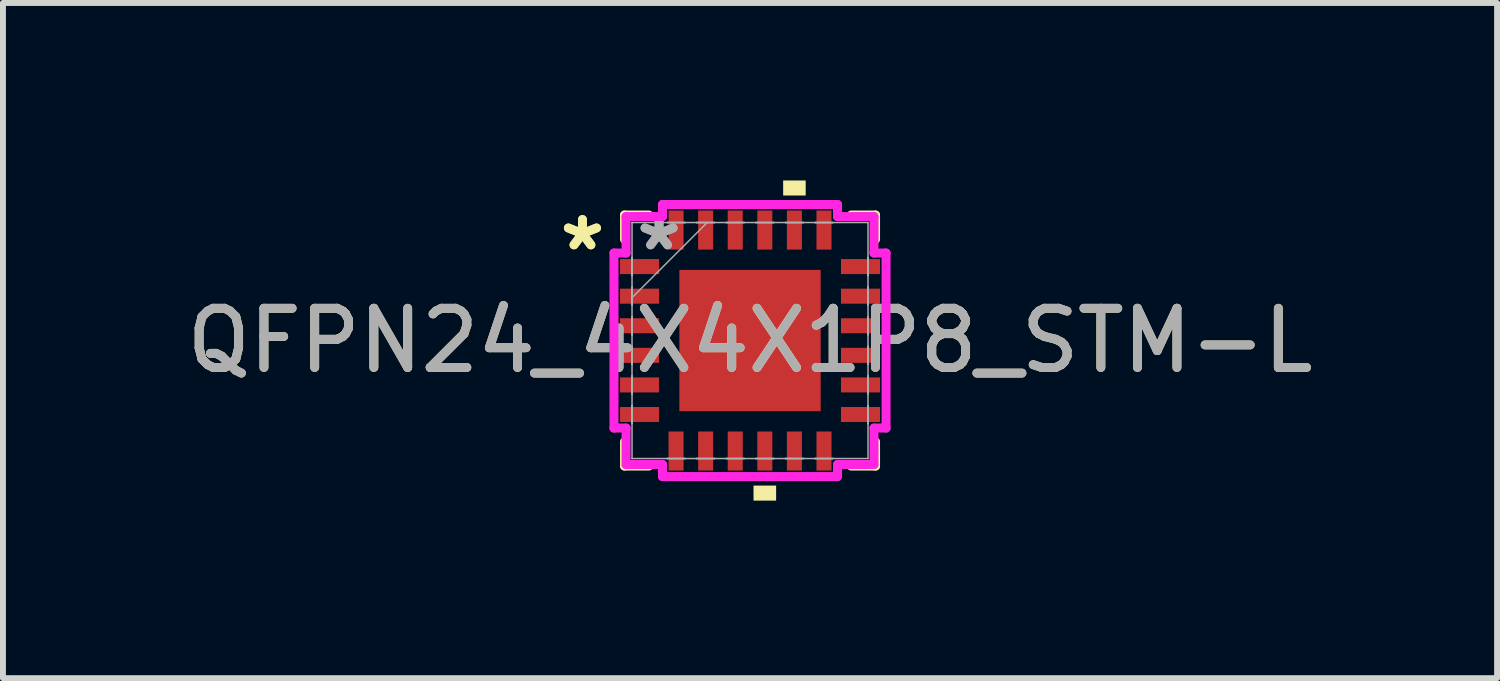
<source format=kicad_pcb>
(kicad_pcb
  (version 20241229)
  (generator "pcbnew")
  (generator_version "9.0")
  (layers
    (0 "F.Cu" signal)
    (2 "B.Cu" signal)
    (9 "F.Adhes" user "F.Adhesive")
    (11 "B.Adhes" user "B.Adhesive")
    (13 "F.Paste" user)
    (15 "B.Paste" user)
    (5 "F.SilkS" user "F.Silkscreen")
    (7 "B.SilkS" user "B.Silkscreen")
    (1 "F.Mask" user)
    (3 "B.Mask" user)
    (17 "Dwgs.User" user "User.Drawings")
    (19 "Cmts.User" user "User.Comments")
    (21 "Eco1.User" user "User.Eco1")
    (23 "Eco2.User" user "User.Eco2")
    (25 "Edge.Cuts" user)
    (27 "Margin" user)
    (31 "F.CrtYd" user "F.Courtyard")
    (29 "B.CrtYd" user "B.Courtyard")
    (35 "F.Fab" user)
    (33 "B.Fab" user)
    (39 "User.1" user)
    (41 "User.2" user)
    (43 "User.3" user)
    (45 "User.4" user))
  (footprint "QFPN24_4X4X1P8_STM-L"
    (layer "F.Cu")
    (at 9.625 2.705)
    (property "Reference" "QFPN24_4X4X1P8_STM-L" (at 0 0 0) (unlocked yes) (layer "F.SilkS") (effects (font (size 1 1) (thickness 0.15))))
    (attr smd)
    (fp_line (start -2.121 -2.121) (end -2.121 -1.71) (stroke (width 0.152) (type solid)) (layer "F.SilkS"))
    (fp_line (start -2.121 1.71) (end -2.121 2.121) (stroke (width 0.152) (type solid)) (layer "F.SilkS"))
    (fp_line (start -2.121 2.121) (end -1.71 2.121) (stroke (width 0.152) (type solid)) (layer "F.SilkS"))
    (fp_line (start -1.71 -2.121) (end -2.121 -2.121) (stroke (width 0.152) (type solid)) (layer "F.SilkS"))
    (fp_line (start 1.71 2.121) (end 2.121 2.121) (stroke (width 0.152) (type solid)) (layer "F.SilkS"))
    (fp_line (start 2.121 -2.121) (end 1.71 -2.121) (stroke (width 0.152) (type solid)) (layer "F.SilkS"))
    (fp_line (start 2.121 -1.71) (end 2.121 -2.121) (stroke (width 0.152) (type solid)) (layer "F.SilkS"))
    (fp_line (start 2.121 2.121) (end 2.121 1.71) (stroke (width 0.152) (type solid)) (layer "F.SilkS"))
    (fp_poly (pts (xy 0.059 2.451) (xy 0.059 2.705) (xy 0.441 2.705) (xy 0.441 2.451)) (stroke (width 0) (type solid)) (fill yes) (layer "F.SilkS"))
    (fp_poly (pts (xy 0.56 -2.451) (xy 0.56 -2.705) (xy 0.941 -2.705) (xy 0.941 -2.451)) (stroke (width 0) (type solid)) (fill yes) (layer "F.SilkS"))
    (fp_line (start -2.299 -1.479) (end -2.095 -1.479) (stroke (width 0.152) (type solid)) (layer "F.CrtYd"))
    (fp_line (start -2.299 1.479) (end -2.299 -1.479) (stroke (width 0.152) (type solid)) (layer "F.CrtYd"))
    (fp_line (start -2.095 -2.095) (end -1.479 -2.095) (stroke (width 0.152) (type solid)) (layer "F.CrtYd"))
    (fp_line (start -2.095 -1.479) (end -2.095 -2.095) (stroke (width 0.152) (type solid)) (layer "F.CrtYd"))
    (fp_line (start -2.095 1.479) (end -2.299 1.479) (stroke (width 0.152) (type solid)) (layer "F.CrtYd"))
    (fp_line (start -2.095 2.095) (end -2.095 1.479) (stroke (width 0.152) (type solid)) (layer "F.CrtYd"))
    (fp_line (start -1.479 -2.299) (end 1.479 -2.299) (stroke (width 0.152) (type solid)) (layer "F.CrtYd"))
    (fp_line (start -1.479 -2.095) (end -1.479 -2.299) (stroke (width 0.152) (type solid)) (layer "F.CrtYd"))
    (fp_line (start -1.479 2.095) (end -2.095 2.095) (stroke (width 0.152) (type solid)) (layer "F.CrtYd"))
    (fp_line (start -1.479 2.299) (end -1.479 2.095) (stroke (width 0.152) (type solid)) (layer "F.CrtYd"))
    (fp_line (start 1.479 -2.299) (end 1.479 -2.095) (stroke (width 0.152) (type solid)) (layer "F.CrtYd"))
    (fp_line (start 1.479 -2.095) (end 2.095 -2.095) (stroke (width 0.152) (type solid)) (layer "F.CrtYd"))
    (fp_line (start 1.479 2.095) (end 1.479 2.299) (stroke (width 0.152) (type solid)) (layer "F.CrtYd"))
    (fp_line (start 1.479 2.299) (end -1.479 2.299) (stroke (width 0.152) (type solid)) (layer "F.CrtYd"))
    (fp_line (start 2.095 -2.095) (end 2.095 -1.479) (stroke (width 0.152) (type solid)) (layer "F.CrtYd"))
    (fp_line (start 2.095 -1.479) (end 2.299 -1.479) (stroke (width 0.152) (type solid)) (layer "F.CrtYd"))
    (fp_line (start 2.095 1.479) (end 2.095 2.095) (stroke (width 0.152) (type solid)) (layer "F.CrtYd"))
    (fp_line (start 2.095 2.095) (end 1.479 2.095) (stroke (width 0.152) (type solid)) (layer "F.CrtYd"))
    (fp_line (start 2.299 -1.479) (end 2.299 1.479) (stroke (width 0.152) (type solid)) (layer "F.CrtYd"))
    (fp_line (start 2.299 1.479) (end 2.095 1.479) (stroke (width 0.152) (type solid)) (layer "F.CrtYd"))
    (fp_line (start -1.994 -1.994) (end -1.994 -1.994) (stroke (width 0.025) (type solid)) (layer "F.Fab"))
    (fp_line (start -1.994 -1.994) (end -1.994 1.994) (stroke (width 0.025) (type solid)) (layer "F.Fab"))
    (fp_line (start -1.994 -1.402) (end -1.994 -1.402) (stroke (width 0.025) (type solid)) (layer "F.Fab"))
    (fp_line (start -1.994 -1.402) (end -1.994 -1.098) (stroke (width 0.025) (type solid)) (layer "F.Fab"))
    (fp_line (start -1.994 -1.098) (end -1.994 -1.402) (stroke (width 0.025) (type solid)) (layer "F.Fab"))
    (fp_line (start -1.994 -1.098) (end -1.994 -1.098) (stroke (width 0.025) (type solid)) (layer "F.Fab"))
    (fp_line (start -1.994 -0.902) (end -1.994 -0.902) (stroke (width 0.025) (type solid)) (layer "F.Fab"))
    (fp_line (start -1.994 -0.902) (end -1.994 -0.598) (stroke (width 0.025) (type solid)) (layer "F.Fab"))
    (fp_line (start -1.994 -0.724) (end -0.724 -1.994) (stroke (width 0.025) (type solid)) (layer "F.Fab"))
    (fp_line (start -1.994 -0.598) (end -1.994 -0.902) (stroke (width 0.025) (type solid)) (layer "F.Fab"))
    (fp_line (start -1.994 -0.598) (end -1.994 -0.598) (stroke (width 0.025) (type solid)) (layer "F.Fab"))
    (fp_line (start -1.994 -0.402) (end -1.994 -0.402) (stroke (width 0.025) (type solid)) (layer "F.Fab"))
    (fp_line (start -1.994 -0.402) (end -1.994 -0.098) (stroke (width 0.025) (type solid)) (layer "F.Fab"))
    (fp_line (start -1.994 -0.098) (end -1.994 -0.402) (stroke (width 0.025) (type solid)) (layer "F.Fab"))
    (fp_line (start -1.994 -0.098) (end -1.994 -0.098) (stroke (width 0.025) (type solid)) (layer "F.Fab"))
    (fp_line (start -1.994 0.098) (end -1.994 0.098) (stroke (width 0.025) (type solid)) (layer "F.Fab"))
    (fp_line (start -1.994 0.098) (end -1.994 0.402) (stroke (width 0.025) (type solid)) (layer "F.Fab"))
    (fp_line (start -1.994 0.402) (end -1.994 0.098) (stroke (width 0.025) (type solid)) (layer "F.Fab"))
    (fp_line (start -1.994 0.402) (end -1.994 0.402) (stroke (width 0.025) (type solid)) (layer "F.Fab"))
    (fp_line (start -1.994 0.598) (end -1.994 0.598) (stroke (width 0.025) (type solid)) (layer "F.Fab"))
    (fp_line (start -1.994 0.598) (end -1.994 0.902) (stroke (width 0.025) (type solid)) (layer "F.Fab"))
    (fp_line (start -1.994 0.902) (end -1.994 0.598) (stroke (width 0.025) (type solid)) (layer "F.Fab"))
    (fp_line (start -1.994 0.902) (end -1.994 0.902) (stroke (width 0.025) (type solid)) (layer "F.Fab"))
    (fp_line (start -1.994 1.098) (end -1.994 1.098) (stroke (width 0.025) (type solid)) (layer "F.Fab"))
    (fp_line (start -1.994 1.098) (end -1.994 1.402) (stroke (width 0.025) (type solid)) (layer "F.Fab"))
    (fp_line (start -1.994 1.402) (end -1.994 1.098) (stroke (width 0.025) (type solid)) (layer "F.Fab"))
    (fp_line (start -1.994 1.402) (end -1.994 1.402) (stroke (width 0.025) (type solid)) (layer "F.Fab"))
    (fp_line (start -1.994 1.994) (end -1.994 1.994) (stroke (width 0.025) (type solid)) (layer "F.Fab"))
    (fp_line (start -1.994 1.994) (end 1.994 1.994) (stroke (width 0.025) (type solid)) (layer "F.Fab"))
    (fp_line (start -1.402 -1.994) (end -1.402 -1.994) (stroke (width 0.025) (type solid)) (layer "F.Fab"))
    (fp_line (start -1.402 -1.994) (end -1.098 -1.994) (stroke (width 0.025) (type solid)) (layer "F.Fab"))
    (fp_line (start -1.402 1.994) (end -1.402 1.994) (stroke (width 0.025) (type solid)) (layer "F.Fab"))
    (fp_line (start -1.402 1.994) (end -1.098 1.994) (stroke (width 0.025) (type solid)) (layer "F.Fab"))
    (fp_line (start -1.098 -1.994) (end -1.402 -1.994) (stroke (width 0.025) (type solid)) (layer "F.Fab"))
    (fp_line (start -1.098 -1.994) (end -1.098 -1.994) (stroke (width 0.025) (type solid)) (layer "F.Fab"))
    (fp_line (start -1.098 1.994) (end -1.402 1.994) (stroke (width 0.025) (type solid)) (layer "F.Fab"))
    (fp_line (start -1.098 1.994) (end -1.098 1.994) (stroke (width 0.025) (type solid)) (layer "F.Fab"))
    (fp_line (start -0.902 -1.994) (end -0.902 -1.994) (stroke (width 0.025) (type solid)) (layer "F.Fab"))
    (fp_line (start -0.902 -1.994) (end -0.598 -1.994) (stroke (width 0.025) (type solid)) (layer "F.Fab"))
    (fp_line (start -0.902 1.994) (end -0.902 1.994) (stroke (width 0.025) (type solid)) (layer "F.Fab"))
    (fp_line (start -0.902 1.994) (end -0.598 1.994) (stroke (width 0.025) (type solid)) (layer "F.Fab"))
    (fp_line (start -0.598 -1.994) (end -0.902 -1.994) (stroke (width 0.025) (type solid)) (layer "F.Fab"))
    (fp_line (start -0.598 -1.994) (end -0.598 -1.994) (stroke (width 0.025) (type solid)) (layer "F.Fab"))
    (fp_line (start -0.598 1.994) (end -0.902 1.994) (stroke (width 0.025) (type solid)) (layer "F.Fab"))
    (fp_line (start -0.598 1.994) (end -0.598 1.994) (stroke (width 0.025) (type solid)) (layer "F.Fab"))
    (fp_line (start -0.402 -1.994) (end -0.402 -1.994) (stroke (width 0.025) (type solid)) (layer "F.Fab"))
    (fp_line (start -0.402 -1.994) (end -0.098 -1.994) (stroke (width 0.025) (type solid)) (layer "F.Fab"))
    (fp_line (start -0.402 1.994) (end -0.402 1.994) (stroke (width 0.025) (type solid)) (layer "F.Fab"))
    (fp_line (start -0.402 1.994) (end -0.098 1.994) (stroke (width 0.025) (type solid)) (layer "F.Fab"))
    (fp_line (start -0.098 -1.994) (end -0.402 -1.994) (stroke (width 0.025) (type solid)) (layer "F.Fab"))
    (fp_line (start -0.098 -1.994) (end -0.098 -1.994) (stroke (width 0.025) (type solid)) (layer "F.Fab"))
    (fp_line (start -0.098 1.994) (end -0.402 1.994) (stroke (width 0.025) (type solid)) (layer "F.Fab"))
    (fp_line (start -0.098 1.994) (end -0.098 1.994) (stroke (width 0.025) (type solid)) (layer "F.Fab"))
    (fp_line (start 0.098 -1.994) (end 0.098 -1.994) (stroke (width 0.025) (type solid)) (layer "F.Fab"))
    (fp_line (start 0.098 -1.994) (end 0.402 -1.994) (stroke (width 0.025) (type solid)) (layer "F.Fab"))
    (fp_line (start 0.098 1.994) (end 0.098 1.994) (stroke (width 0.025) (type solid)) (layer "F.Fab"))
    (fp_line (start 0.098 1.994) (end 0.402 1.994) (stroke (width 0.025) (type solid)) (layer "F.Fab"))
    (fp_line (start 0.402 -1.994) (end 0.098 -1.994) (stroke (width 0.025) (type solid)) (layer "F.Fab"))
    (fp_line (start 0.402 -1.994) (end 0.402 -1.994) (stroke (width 0.025) (type solid)) (layer "F.Fab"))
    (fp_line (start 0.402 1.994) (end 0.098 1.994) (stroke (width 0.025) (type solid)) (layer "F.Fab"))
    (fp_line (start 0.402 1.994) (end 0.402 1.994) (stroke (width 0.025) (type solid)) (layer "F.Fab"))
    (fp_line (start 0.598 -1.994) (end 0.598 -1.994) (stroke (width 0.025) (type solid)) (layer "F.Fab"))
    (fp_line (start 0.598 -1.994) (end 0.902 -1.994) (stroke (width 0.025) (type solid)) (layer "F.Fab"))
    (fp_line (start 0.598 1.994) (end 0.598 1.994) (stroke (width 0.025) (type solid)) (layer "F.Fab"))
    (fp_line (start 0.598 1.994) (end 0.902 1.994) (stroke (width 0.025) (type solid)) (layer "F.Fab"))
    (fp_line (start 0.902 -1.994) (end 0.598 -1.994) (stroke (width 0.025) (type solid)) (layer "F.Fab"))
    (fp_line (start 0.902 -1.994) (end 0.902 -1.994) (stroke (width 0.025) (type solid)) (layer "F.Fab"))
    (fp_line (start 0.902 1.994) (end 0.598 1.994) (stroke (width 0.025) (type solid)) (layer "F.Fab"))
    (fp_line (start 0.902 1.994) (end 0.902 1.994) (stroke (width 0.025) (type solid)) (layer "F.Fab"))
    (fp_line (start 1.098 -1.994) (end 1.098 -1.994) (stroke (width 0.025) (type solid)) (layer "F.Fab"))
    (fp_line (start 1.098 -1.994) (end 1.402 -1.994) (stroke (width 0.025) (type solid)) (layer "F.Fab"))
    (fp_line (start 1.098 1.994) (end 1.098 1.994) (stroke (width 0.025) (type solid)) (layer "F.Fab"))
    (fp_line (start 1.098 1.994) (end 1.402 1.994) (stroke (width 0.025) (type solid)) (layer "F.Fab"))
    (fp_line (start 1.402 -1.994) (end 1.098 -1.994) (stroke (width 0.025) (type solid)) (layer "F.Fab"))
    (fp_line (start 1.402 -1.994) (end 1.402 -1.994) (stroke (width 0.025) (type solid)) (layer "F.Fab"))
    (fp_line (start 1.402 1.994) (end 1.098 1.994) (stroke (width 0.025) (type solid)) (layer "F.Fab"))
    (fp_line (start 1.402 1.994) (end 1.402 1.994) (stroke (width 0.025) (type solid)) (layer "F.Fab"))
    (fp_line (start 1.994 -1.994) (end -1.994 -1.994) (stroke (width 0.025) (type solid)) (layer "F.Fab"))
    (fp_line (start 1.994 -1.994) (end 1.994 -1.994) (stroke (width 0.025) (type solid)) (layer "F.Fab"))
    (fp_line (start 1.994 -1.402) (end 1.994 -1.402) (stroke (width 0.025) (type solid)) (layer "F.Fab"))
    (fp_line (start 1.994 -1.402) (end 1.994 -1.098) (stroke (width 0.025) (type solid)) (layer "F.Fab"))
    (fp_line (start 1.994 -1.098) (end 1.994 -1.402) (stroke (width 0.025) (type solid)) (layer "F.Fab"))
    (fp_line (start 1.994 -1.098) (end 1.994 -1.098) (stroke (width 0.025) (type solid)) (layer "F.Fab"))
    (fp_line (start 1.994 -0.902) (end 1.994 -0.902) (stroke (width 0.025) (type solid)) (layer "F.Fab"))
    (fp_line (start 1.994 -0.902) (end 1.994 -0.598) (stroke (width 0.025) (type solid)) (layer "F.Fab"))
    (fp_line (start 1.994 -0.598) (end 1.994 -0.902) (stroke (width 0.025) (type solid)) (layer "F.Fab"))
    (fp_line (start 1.994 -0.598) (end 1.994 -0.598) (stroke (width 0.025) (type solid)) (layer "F.Fab"))
    (fp_line (start 1.994 -0.402) (end 1.994 -0.402) (stroke (width 0.025) (type solid)) (layer "F.Fab"))
    (fp_line (start 1.994 -0.402) (end 1.994 -0.098) (stroke (width 0.025) (type solid)) (layer "F.Fab"))
    (fp_line (start 1.994 -0.098) (end 1.994 -0.402) (stroke (width 0.025) (type solid)) (layer "F.Fab"))
    (fp_line (start 1.994 -0.098) (end 1.994 -0.098) (stroke (width 0.025) (type solid)) (layer "F.Fab"))
    (fp_line (start 1.994 0.098) (end 1.994 0.098) (stroke (width 0.025) (type solid)) (layer "F.Fab"))
    (fp_line (start 1.994 0.098) (end 1.994 0.402) (stroke (width 0.025) (type solid)) (layer "F.Fab"))
    (fp_line (start 1.994 0.402) (end 1.994 0.098) (stroke (width 0.025) (type solid)) (layer "F.Fab"))
    (fp_line (start 1.994 0.402) (end 1.994 0.402) (stroke (width 0.025) (type solid)) (layer "F.Fab"))
    (fp_line (start 1.994 0.598) (end 1.994 0.598) (stroke (width 0.025) (type solid)) (layer "F.Fab"))
    (fp_line (start 1.994 0.598) (end 1.994 0.902) (stroke (width 0.025) (type solid)) (layer "F.Fab"))
    (fp_line (start 1.994 0.902) (end 1.994 0.598) (stroke (width 0.025) (type solid)) (layer "F.Fab"))
    (fp_line (start 1.994 0.902) (end 1.994 0.902) (stroke (width 0.025) (type solid)) (layer "F.Fab"))
    (fp_line (start 1.994 1.098) (end 1.994 1.098) (stroke (width 0.025) (type solid)) (layer "F.Fab"))
    (fp_line (start 1.994 1.098) (end 1.994 1.402) (stroke (width 0.025) (type solid)) (layer "F.Fab"))
    (fp_line (start 1.994 1.402) (end 1.994 1.098) (stroke (width 0.025) (type solid)) (layer "F.Fab"))
    (fp_line (start 1.994 1.402) (end 1.994 1.402) (stroke (width 0.025) (type solid)) (layer "F.Fab"))
    (fp_line (start 1.994 1.994) (end 1.994 -1.994) (stroke (width 0.025) (type solid)) (layer "F.Fab"))
    (fp_line (start 1.994 1.994) (end 1.994 1.994) (stroke (width 0.025) (type solid)) (layer "F.Fab"))
    (fp_text user "*" (at -2.832 -1.5 0) (unlocked yes) (layer "F.SilkS") (effects (font (size 1 1) (thickness 0.15))))
    (fp_text user "*" (at -2.832 -1.5 0) (layer "F.SilkS") (effects (font (size 1 1) (thickness 0.15))))
    (fp_text user "*" (at -1.537 -1.5 0) (unlocked yes) (layer "F.Fab") (effects (font (size 1 1) (thickness 0.15))))
    (fp_text user "*" (at -1.537 -1.5 0) (layer "F.Fab") (effects (font (size 1 1) (thickness 0.15))))
    (fp_text user "${REFERENCE}" (at 0 0 0) (unlocked yes) (layer "F.Fab") (effects (font (size 1 1) (thickness 0.15))))
    (pad "1" smd rect (at -1.867 -1.25 90) (size 0.254 0.66) (layers "F.Cu" "F.Mask" "F.Paste"))
    (pad "2" smd rect (at -1.867 -0.75 90) (size 0.254 0.66) (layers "F.Cu" "F.Mask" "F.Paste"))
    (pad "3" smd rect (at -1.867 -0.25 90) (size 0.254 0.66) (layers "F.Cu" "F.Mask" "F.Paste"))
    (pad "4" smd rect (at -1.867 0.25 90) (size 0.254 0.66) (layers "F.Cu" "F.Mask" "F.Paste"))
    (pad "5" smd rect (at -1.867 0.75 90) (size 0.254 0.66) (layers "F.Cu" "F.Mask" "F.Paste"))
    (pad "6" smd rect (at -1.867 1.25 90) (size 0.254 0.66) (layers "F.Cu" "F.Mask" "F.Paste"))
    (pad "7" smd rect (at -1.25 1.867) (size 0.254 0.66) (layers "F.Cu" "F.Mask" "F.Paste"))
    (pad "8" smd rect (at -0.75 1.867) (size 0.254 0.66) (layers "F.Cu" "F.Mask" "F.Paste"))
    (pad "9" smd rect (at -0.25 1.867) (size 0.254 0.66) (layers "F.Cu" "F.Mask" "F.Paste"))
    (pad "10" smd rect (at 0.25 1.867) (size 0.254 0.66) (layers "F.Cu" "F.Mask" "F.Paste"))
    (pad "11" smd rect (at 0.75 1.867) (size 0.254 0.66) (layers "F.Cu" "F.Mask" "F.Paste"))
    (pad "12" smd rect (at 1.25 1.867) (size 0.254 0.66) (layers "F.Cu" "F.Mask" "F.Paste"))
    (pad "13" smd rect (at 1.867 1.25 90) (size 0.254 0.66) (layers "F.Cu" "F.Mask" "F.Paste"))
    (pad "14" smd rect (at 1.867 0.75 90) (size 0.254 0.66) (layers "F.Cu" "F.Mask" "F.Paste"))
    (pad "15" smd rect (at 1.867 0.25 90) (size 0.254 0.66) (layers "F.Cu" "F.Mask" "F.Paste"))
    (pad "16" smd rect (at 1.867 -0.25 90) (size 0.254 0.66) (layers "F.Cu" "F.Mask" "F.Paste"))
    (pad "17" smd rect (at 1.867 -0.75 90) (size 0.254 0.66) (layers "F.Cu" "F.Mask" "F.Paste"))
    (pad "18" smd rect (at 1.867 -1.25 90) (size 0.254 0.66) (layers "F.Cu" "F.Mask" "F.Paste"))
    (pad "19" smd rect (at 1.25 -1.867) (size 0.254 0.66) (layers "F.Cu" "F.Mask" "F.Paste"))
    (pad "20" smd rect (at 0.75 -1.867) (size 0.254 0.66) (layers "F.Cu" "F.Mask" "F.Paste"))
    (pad "21" smd rect (at 0.25 -1.867) (size 0.254 0.66) (layers "F.Cu" "F.Mask" "F.Paste"))
    (pad "22" smd rect (at -0.25 -1.867) (size 0.254 0.66) (layers "F.Cu" "F.Mask" "F.Paste"))
    (pad "23" smd rect (at -0.75 -1.867) (size 0.254 0.66) (layers "F.Cu" "F.Mask" "F.Paste"))
    (pad "24" smd rect (at -1.25 -1.867) (size 0.254 0.66) (layers "F.Cu" "F.Mask" "F.Paste"))
    (pad "25" smd rect (at 0 0) (size 2.388 2.388) (layers "F.Cu" "F.Mask" "F.Paste")))
  (gr_rect
    (start -3 -3)
    (end 22.25 8.41)
    (stroke (width 0.1) (type default))
    (fill no)
    (layer "Edge.Cuts")))
</source>
